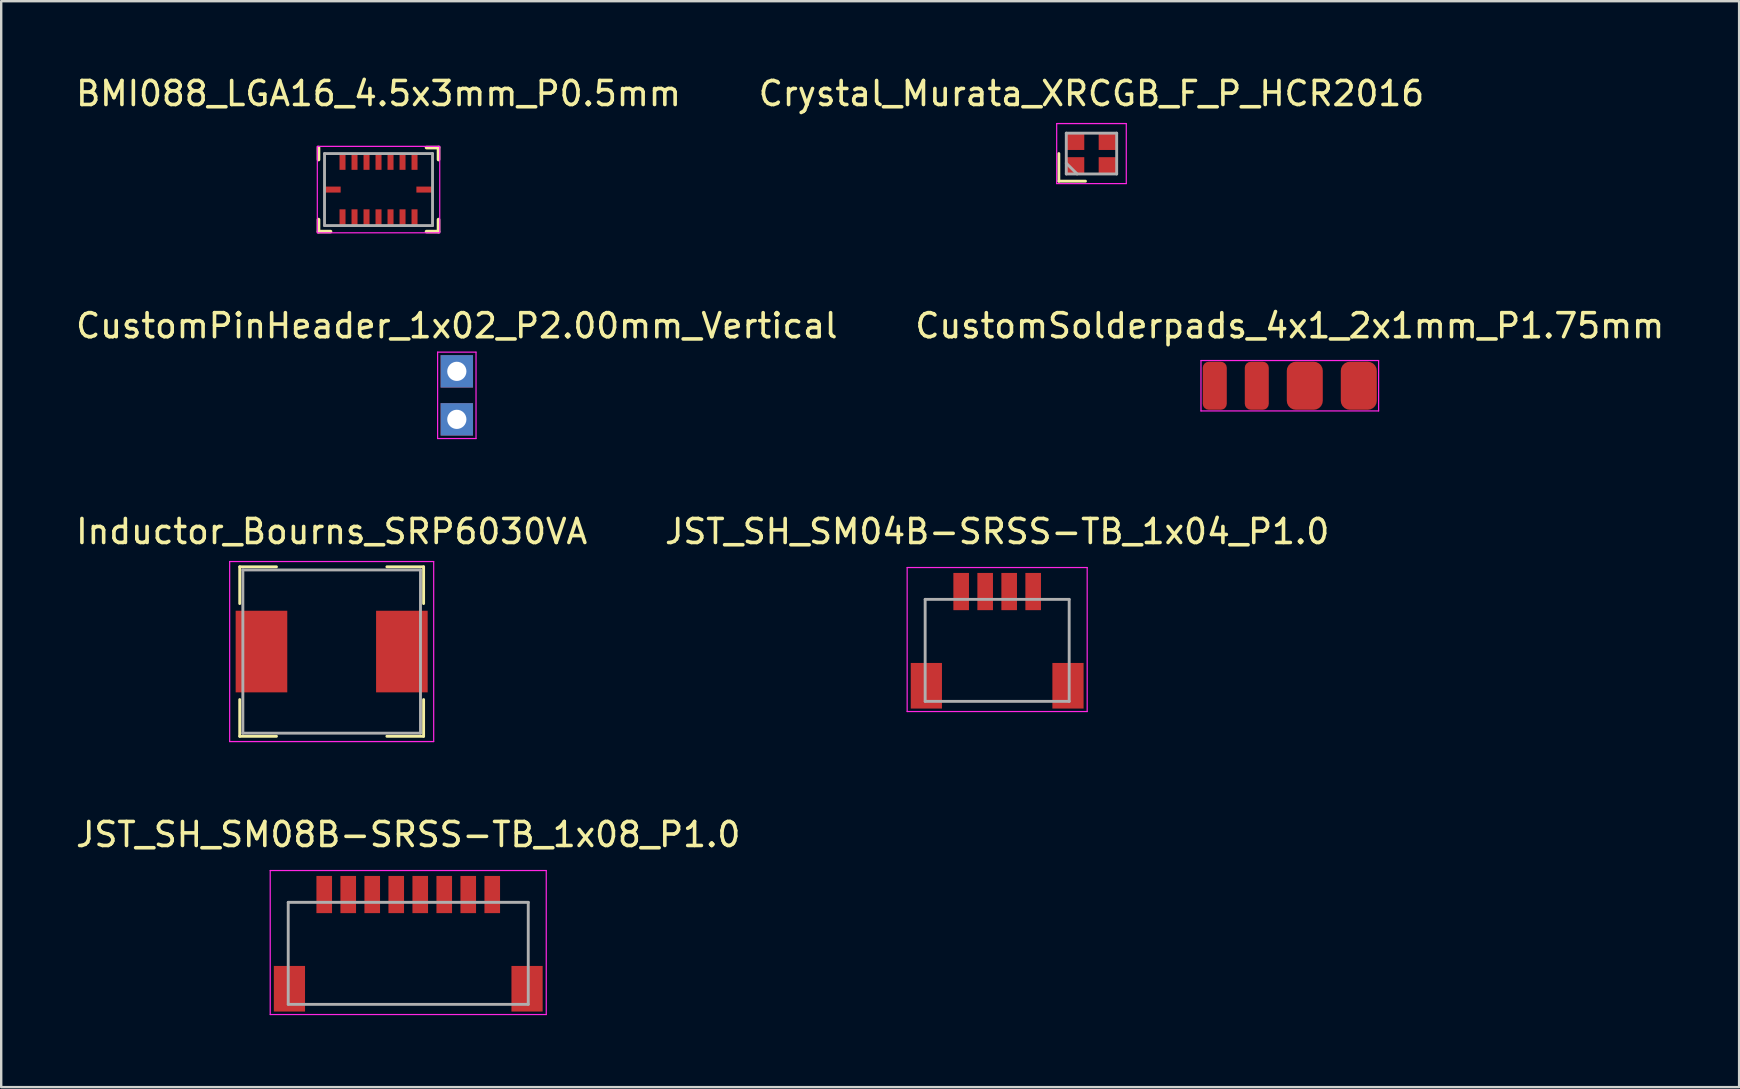
<source format=kicad_pcb>
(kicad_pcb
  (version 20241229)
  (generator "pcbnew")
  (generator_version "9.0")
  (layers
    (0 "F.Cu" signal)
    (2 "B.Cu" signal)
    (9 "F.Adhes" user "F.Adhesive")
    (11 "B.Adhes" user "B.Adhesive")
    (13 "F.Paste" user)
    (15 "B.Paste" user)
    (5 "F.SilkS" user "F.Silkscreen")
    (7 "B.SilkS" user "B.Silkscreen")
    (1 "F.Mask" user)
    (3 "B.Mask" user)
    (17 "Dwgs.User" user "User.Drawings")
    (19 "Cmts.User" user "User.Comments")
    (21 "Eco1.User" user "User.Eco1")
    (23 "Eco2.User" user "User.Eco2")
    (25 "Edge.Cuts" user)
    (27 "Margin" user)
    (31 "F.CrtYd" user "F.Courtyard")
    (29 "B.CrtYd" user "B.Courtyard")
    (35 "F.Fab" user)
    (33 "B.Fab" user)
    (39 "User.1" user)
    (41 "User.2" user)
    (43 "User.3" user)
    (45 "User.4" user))
  (footprint "Crystal_Murata_XRCGB_F_P_HCR2016"
    (layer "F.Cu")
    (at 42.423 3.348)
    (property "Reference" "Crystal_Murata_XRCGB_F_P_HCR2016" (at 0 -2.5 0) (layer "F.SilkS") (effects (font (size 1 1) (thickness 0.15))))
    (attr smd)
    (fp_line (start -1.36 1.15) (end -1.36 0) (stroke (width 0.12) (type solid)) (layer "F.SilkS"))
    (fp_line (start -1.36 1.15) (end -0.25 1.15) (stroke (width 0.12) (type solid)) (layer "F.SilkS"))
    (fp_line (start -1.45 -1.25) (end -1.45 1.25) (stroke (width 0.05) (type solid)) (layer "F.CrtYd"))
    (fp_line (start -1.45 -1.25) (end 1.45 -1.25) (stroke (width 0.05) (type solid)) (layer "F.CrtYd"))
    (fp_line (start -1.45 1.25) (end 1.45 1.25) (stroke (width 0.05) (type solid)) (layer "F.CrtYd"))
    (fp_line (start 1.45 -1.25) (end 1.45 1.25) (stroke (width 0.05) (type solid)) (layer "F.CrtYd"))
    (fp_line (start -1.05 -0.85) (end 1.05 -0.85) (stroke (width 0.12) (type solid)) (layer "F.Fab"))
    (fp_line (start -1.05 0.4) (end -0.6 0.85) (stroke (width 0.12) (type solid)) (layer "F.Fab"))
    (fp_line (start -1.05 0.85) (end -1.05 -0.85) (stroke (width 0.12) (type solid)) (layer "F.Fab"))
    (fp_line (start 1.05 -0.85) (end 1.05 0.85) (stroke (width 0.12) (type solid)) (layer "F.Fab"))
    (fp_line (start 1.05 0.85) (end -1.05 0.85) (stroke (width 0.12) (type solid)) (layer "F.Fab"))
    (pad "1" smd rect (at -0.675 0.5) (size 0.75 0.7) (layers "F.Cu" "F.Mask" "F.Paste"))
    (pad "2" smd rect (at 0.675 0.5) (size 0.75 0.7) (layers "F.Cu" "F.Mask" "F.Paste"))
    (pad "3" smd rect (at 0.675 -0.5) (size 0.75 0.7) (layers "F.Cu" "F.Mask" "F.Paste"))
    (pad "4" smd rect (at -0.675 -0.5) (size 0.75 0.7) (layers "F.Cu" "F.Mask" "F.Paste")))
  (footprint "BMI088_LGA16_4.5x3mm_P0.5mm"
    (layer "F.Cu")
    (at 12.72 4.848)
    (property "Reference" "BMI088_LGA16_4.5x3mm_P0.5mm" (at 0 -4 0) (layer "F.SilkS") (effects (font (size 1 1) (thickness 0.15))))
    (attr smd)
    (fp_line (start -2.5 -1.75) (end -2.5 -1.25) (stroke (width 0.15) (type solid)) (layer "F.SilkS"))
    (fp_line (start -2.5 1.75) (end -2.5 1.25) (stroke (width 0.15) (type solid)) (layer "F.SilkS"))
    (fp_line (start -2.5 1.75) (end -2 1.75) (stroke (width 0.15) (type solid)) (layer "F.SilkS"))
    (fp_line (start 2.5 -1.75) (end 2 -1.75) (stroke (width 0.15) (type solid)) (layer "F.SilkS"))
    (fp_line (start 2.5 -1.75) (end 2.5 -1.25) (stroke (width 0.15) (type solid)) (layer "F.SilkS"))
    (fp_line (start 2.5 1.75) (end 2 1.75) (stroke (width 0.15) (type solid)) (layer "F.SilkS"))
    (fp_line (start 2.5 1.75) (end 2.5 1.25) (stroke (width 0.15) (type solid)) (layer "F.SilkS"))
    (fp_line (start -2.55 -1.8) (end -2.55 1.8) (stroke (width 0.05) (type solid)) (layer "F.CrtYd"))
    (fp_line (start -2.55 1.8) (end 2.55 1.8) (stroke (width 0.05) (type solid)) (layer "F.CrtYd"))
    (fp_line (start 2.55 -1.8) (end -2.55 -1.8) (stroke (width 0.05) (type solid)) (layer "F.CrtYd"))
    (fp_line (start 2.55 1.8) (end 2.55 -1.8) (stroke (width 0.05) (type solid)) (layer "F.CrtYd"))
    (fp_line (start -2.25 -1.5) (end 2.25 -1.5) (stroke (width 0.12) (type solid)) (layer "F.Fab"))
    (fp_line (start -2.25 1.5) (end -2.25 -1.5) (stroke (width 0.12) (type solid)) (layer "F.Fab"))
    (fp_line (start 2.25 -1.5) (end 2.25 1.5) (stroke (width 0.12) (type solid)) (layer "F.Fab"))
    (fp_line (start 2.25 1.5) (end -2.25 1.5) (stroke (width 0.12) (type solid)) (layer "F.Fab"))
    (pad "1" smd rect (at -1.5 -1.16) (size 0.25 0.675) (layers "F.Cu" "F.Mask" "F.Paste"))
    (pad "2" smd rect (at -1 -1.16) (size 0.25 0.675) (layers "F.Cu" "F.Mask" "F.Paste"))
    (pad "3" smd rect (at -0.5 -1.16) (size 0.25 0.675) (layers "F.Cu" "F.Mask" "F.Paste"))
    (pad "4" smd rect (at 0 -1.16) (size 0.25 0.675) (layers "F.Cu" "F.Mask" "F.Paste"))
    (pad "5" smd rect (at 0.5 -1.16) (size 0.25 0.675) (layers "F.Cu" "F.Mask" "F.Paste"))
    (pad "6" smd rect (at 1 -1.16) (size 0.25 0.675) (layers "F.Cu" "F.Mask" "F.Paste"))
    (pad "7" smd rect (at 1.5 -1.16) (size 0.25 0.675) (layers "F.Cu" "F.Mask" "F.Paste"))
    (pad "8" smd rect (at 1.915 0 90) (size 0.25 0.675) (layers "F.Cu" "F.Mask" "F.Paste"))
    (pad "9" smd rect (at 1.5 1.16) (size 0.25 0.675) (layers "F.Cu" "F.Mask" "F.Paste"))
    (pad "10" smd rect (at 1 1.16) (size 0.25 0.675) (layers "F.Cu" "F.Mask" "F.Paste"))
    (pad "11" smd rect (at 0.5 1.16) (size 0.25 0.675) (layers "F.Cu" "F.Mask" "F.Paste"))
    (pad "12" smd rect (at 0 1.16) (size 0.25 0.675) (layers "F.Cu" "F.Mask" "F.Paste"))
    (pad "13" smd rect (at -0.5 1.16) (size 0.25 0.675) (layers "F.Cu" "F.Mask" "F.Paste"))
    (pad "14" smd rect (at -1 1.16) (size 0.25 0.675) (layers "F.Cu" "F.Mask" "F.Paste"))
    (pad "15" smd rect (at -1.5 1.16) (size 0.25 0.675) (layers "F.Cu" "F.Mask" "F.Paste"))
    (pad "16" smd rect (at -1.915 0 90) (size 0.25 0.675) (layers "F.Cu" "F.Mask" "F.Paste")))
  (footprint "CustomPinHeader_1x02_P2.00mm_Vertical"
    (layer "F.Cu")
    (at 15.982 13.421)
    (property "Reference" "CustomPinHeader_1x02_P2.00mm_Vertical" (at 0 -2.9 0) (layer "F.SilkS") (effects (font (size 1 1) (thickness 0.15))))
    (attr through_hole)
    (fp_line (start -0.8 -1.8) (end -0.8 1.8) (stroke (width 0.05) (type solid)) (layer "F.CrtYd"))
    (fp_line (start -0.8 1.8) (end 0.8 1.8) (stroke (width 0.05) (type solid)) (layer "F.CrtYd"))
    (fp_line (start 0.8 -1.8) (end -0.8 -1.8) (stroke (width 0.05) (type solid)) (layer "F.CrtYd"))
    (fp_line (start 0.8 1.8) (end 0.8 -1.8) (stroke (width 0.05) (type solid)) (layer "F.CrtYd"))
    (pad "1" thru_hole rect (at 0 -1) (size 1.35 1.35) (drill 0.8) (layers "*.Cu" "*.Mask"))
    (pad "2" thru_hole rect (at 0 1) (size 1.35 1.35) (drill 0.8) (layers "*.Cu" "*.Mask")))
  (footprint "JST_SH_SM08B-SRSS-TB_1x08_P1.0"
    (layer "F.Cu")
    (at 13.958 34.218)
    (property "Reference" "JST_SH_SM08B-SRSS-TB_1x08_P1.0" (at 0 -2.5 0) (layer "F.SilkS") (effects (font (size 1 1) (thickness 0.15))))
    (attr smd)
    (fp_line (start -5.75 -1) (end -5.75 5) (stroke (width 0.05) (type solid)) (layer "F.CrtYd"))
    (fp_line (start -5.75 5) (end 5.75 5) (stroke (width 0.05) (type solid)) (layer "F.CrtYd"))
    (fp_line (start 5.75 -1) (end -5.75 -1) (stroke (width 0.05) (type solid)) (layer "F.CrtYd"))
    (fp_line (start 5.75 5) (end 5.75 -1) (stroke (width 0.05) (type solid)) (layer "F.CrtYd"))
    (fp_line (start -5 0.325) (end -5 4.575) (stroke (width 0.12) (type solid)) (layer "F.Fab"))
    (fp_line (start -5 0.325) (end 5 0.325) (stroke (width 0.12) (type solid)) (layer "F.Fab"))
    (fp_line (start -5 4.575) (end 5 4.575) (stroke (width 0.12) (type solid)) (layer "F.Fab"))
    (fp_line (start 5 0.325) (end 5 4.575) (stroke (width 0.12) (type solid)) (layer "F.Fab"))
    (pad "" smd rect (at -4.95 3.925) (size 1.3 1.9) (layers "F.Cu" "F.Mask" "F.Paste"))
    (pad "" smd rect (at 4.95 3.925) (size 1.3 1.9) (layers "F.Cu" "F.Mask" "F.Paste"))
    (pad "1" smd rect (at -3.5 0) (size 0.65 1.55) (layers "F.Cu" "F.Mask" "F.Paste"))
    (pad "2" smd rect (at -2.5 0) (size 0.65 1.55) (layers "F.Cu" "F.Mask" "F.Paste"))
    (pad "3" smd rect (at -1.5 0) (size 0.65 1.55) (layers "F.Cu" "F.Mask" "F.Paste"))
    (pad "4" smd rect (at -0.5 0) (size 0.65 1.55) (layers "F.Cu" "F.Mask" "F.Paste"))
    (pad "5" smd rect (at 0.5 0) (size 0.65 1.55) (layers "F.Cu" "F.Mask" "F.Paste"))
    (pad "6" smd rect (at 1.5 0) (size 0.65 1.55) (layers "F.Cu" "F.Mask" "F.Paste"))
    (pad "7" smd rect (at 2.5 0) (size 0.65 1.55) (layers "F.Cu" "F.Mask" "F.Paste"))
    (pad "8" smd rect (at 3.5 0) (size 0.65 1.55) (layers "F.Cu" "F.Mask" "F.Paste")))
  (footprint "JST_SH_SM04B-SRSS-TB_1x04_P1.0"
    (layer "F.Cu")
    (at 38.494 21.595)
    (property "Reference" "JST_SH_SM04B-SRSS-TB_1x04_P1.0" (at 0 -2.5 0) (layer "F.SilkS") (effects (font (size 1 1) (thickness 0.15))))
    (attr through_hole)
    (fp_line (start -3.75 -1) (end -3.75 5) (stroke (width 0.05) (type solid)) (layer "F.CrtYd"))
    (fp_line (start -3.75 5) (end 3.75 5) (stroke (width 0.05) (type solid)) (layer "F.CrtYd"))
    (fp_line (start 3.75 -1) (end -3.75 -1) (stroke (width 0.05) (type solid)) (layer "F.CrtYd"))
    (fp_line (start 3.75 5) (end 3.75 -1) (stroke (width 0.05) (type solid)) (layer "F.CrtYd"))
    (fp_line (start -3 0.325) (end 3 0.325) (stroke (width 0.12) (type solid)) (layer "F.Fab"))
    (fp_line (start -3 4.575) (end -3 0.325) (stroke (width 0.12) (type solid)) (layer "F.Fab"))
    (fp_line (start 3 4.575) (end -3 4.575) (stroke (width 0.12) (type solid)) (layer "F.Fab"))
    (fp_line (start 3 4.575) (end 3 0.325) (stroke (width 0.12) (type solid)) (layer "F.Fab"))
    (pad "" smd rect (at -2.95 3.925) (size 1.3 1.9) (layers "F.Cu" "F.Mask" "F.Paste"))
    (pad "" smd rect (at 2.95 3.925) (size 1.3 1.9) (layers "F.Cu" "F.Mask" "F.Paste"))
    (pad "1" smd rect (at -1.5 0) (size 0.65 1.55) (layers "F.Cu" "F.Mask" "F.Paste"))
    (pad "2" smd rect (at -0.5 0) (size 0.65 1.55) (layers "F.Cu" "F.Mask" "F.Paste"))
    (pad "3" smd rect (at 0.5 0) (size 0.65 1.55) (layers "F.Cu" "F.Mask" "F.Paste"))
    (pad "4" smd rect (at 1.5 0) (size 0.65 1.55) (layers "F.Cu" "F.Mask" "F.Paste")))
  (footprint "CustomSolderpads_4x1_2x1mm_P1.75mm"
    (layer "F.Cu")
    (at 50.685 13.021)
    (property "Reference" "CustomSolderpads_4x1_2x1mm_P1.75mm" (at 0 -2.5 0) (layer "F.SilkS") (effects (font (size 1 1) (thickness 0.15))))
    (attr smd)
    (fp_line (start -3.7 -1.05) (end -3.7 1.05) (stroke (width 0.05) (type solid)) (layer "F.CrtYd"))
    (fp_line (start -3.7 -1.05) (end 3.7 -1.05) (stroke (width 0.05) (type solid)) (layer "F.CrtYd"))
    (fp_line (start -3.7 1.05) (end 3.7 1.05) (stroke (width 0.05) (type solid)) (layer "F.CrtYd"))
    (fp_line (start 3.7 -1.05) (end 3.7 1.05) (stroke (width 0.05) (type solid)) (layer "F.CrtYd"))
    (pad "1" connect roundrect (at -3.125 0) (size 1 2) (layers "F.Cu" "F.Mask") (roundrect_rratio 0.25))
    (pad "2" connect roundrect (at -1.375 0) (size 1 2) (layers "F.Cu" "F.Mask") (roundrect_rratio 0.25))
    (pad "3" connect roundrect (at 0.625 0) (size 1.5 2) (layers "F.Cu" "F.Mask") (roundrect_rratio 0.25))
    (pad "4" connect roundrect (at 2.875 0) (size 1.5 2) (layers "F.Cu" "F.Mask") (roundrect_rratio 0.25)))
  (footprint "Inductor_Bourns_SRP6030VA"
    (layer "F.Cu")
    (at 10.768 24.095)
    (property "Reference" "Inductor_Bourns_SRP6030VA" (at 0 -5 0) (layer "F.SilkS") (effects (font (size 1 1) (thickness 0.15))))
    (attr smd)
    (fp_line (start -3.83 -3.53) (end -3.83 -2) (stroke (width 0.12) (type solid)) (layer "F.SilkS"))
    (fp_line (start -3.83 2) (end -3.83 3.53) (stroke (width 0.12) (type solid)) (layer "F.SilkS"))
    (fp_line (start -2.3 -3.53) (end -3.83 -3.53) (stroke (width 0.12) (type solid)) (layer "F.SilkS"))
    (fp_line (start -2.3 3.53) (end -3.83 3.53) (stroke (width 0.12) (type solid)) (layer "F.SilkS"))
    (fp_line (start 2.3 -3.53) (end 3.83 -3.53) (stroke (width 0.12) (type solid)) (layer "F.SilkS"))
    (fp_line (start 2.3 3.53) (end 3.83 3.53) (stroke (width 0.12) (type solid)) (layer "F.SilkS"))
    (fp_line (start 3.83 -3.53) (end 3.83 -2) (stroke (width 0.12) (type solid)) (layer "F.SilkS"))
    (fp_line (start 3.83 2) (end 3.83 3.53) (stroke (width 0.12) (type solid)) (layer "F.SilkS"))
    (fp_line (start -4.25 -3.75) (end -4.25 3.75) (stroke (width 0.05) (type solid)) (layer "F.CrtYd"))
    (fp_line (start 4.25 -3.75) (end -4.25 -3.75) (stroke (width 0.05) (type solid)) (layer "F.CrtYd"))
    (fp_line (start 4.25 -3.75) (end 4.25 3.75) (stroke (width 0.05) (type solid)) (layer "F.CrtYd"))
    (fp_line (start 4.25 3.75) (end -4.25 3.75) (stroke (width 0.05) (type solid)) (layer "F.CrtYd"))
    (fp_line (start -3.7 -3.4) (end -3.7 3.4) (stroke (width 0.12) (type solid)) (layer "F.Fab"))
    (fp_line (start -3.7 3.4) (end 3.7 3.4) (stroke (width 0.12) (type solid)) (layer "F.Fab"))
    (fp_line (start 3.7 -3.4) (end -3.7 -3.4) (stroke (width 0.12) (type solid)) (layer "F.Fab"))
    (fp_line (start 3.7 3.4) (end 3.7 -3.4) (stroke (width 0.12) (type solid)) (layer "F.Fab"))
    (pad "1" smd rect (at -2.925 0) (size 2.15 3.4) (layers "F.Cu" "F.Mask" "F.Paste"))
    (pad "2" smd rect (at 2.925 0) (size 2.15 3.4) (layers "F.Cu" "F.Mask" "F.Paste")))
  (gr_rect
    (start -3 -3)
    (end 69.405 42.243)
    (stroke (width 0.1) (type default))
    (fill no)
    (layer "Edge.Cuts")))
</source>
